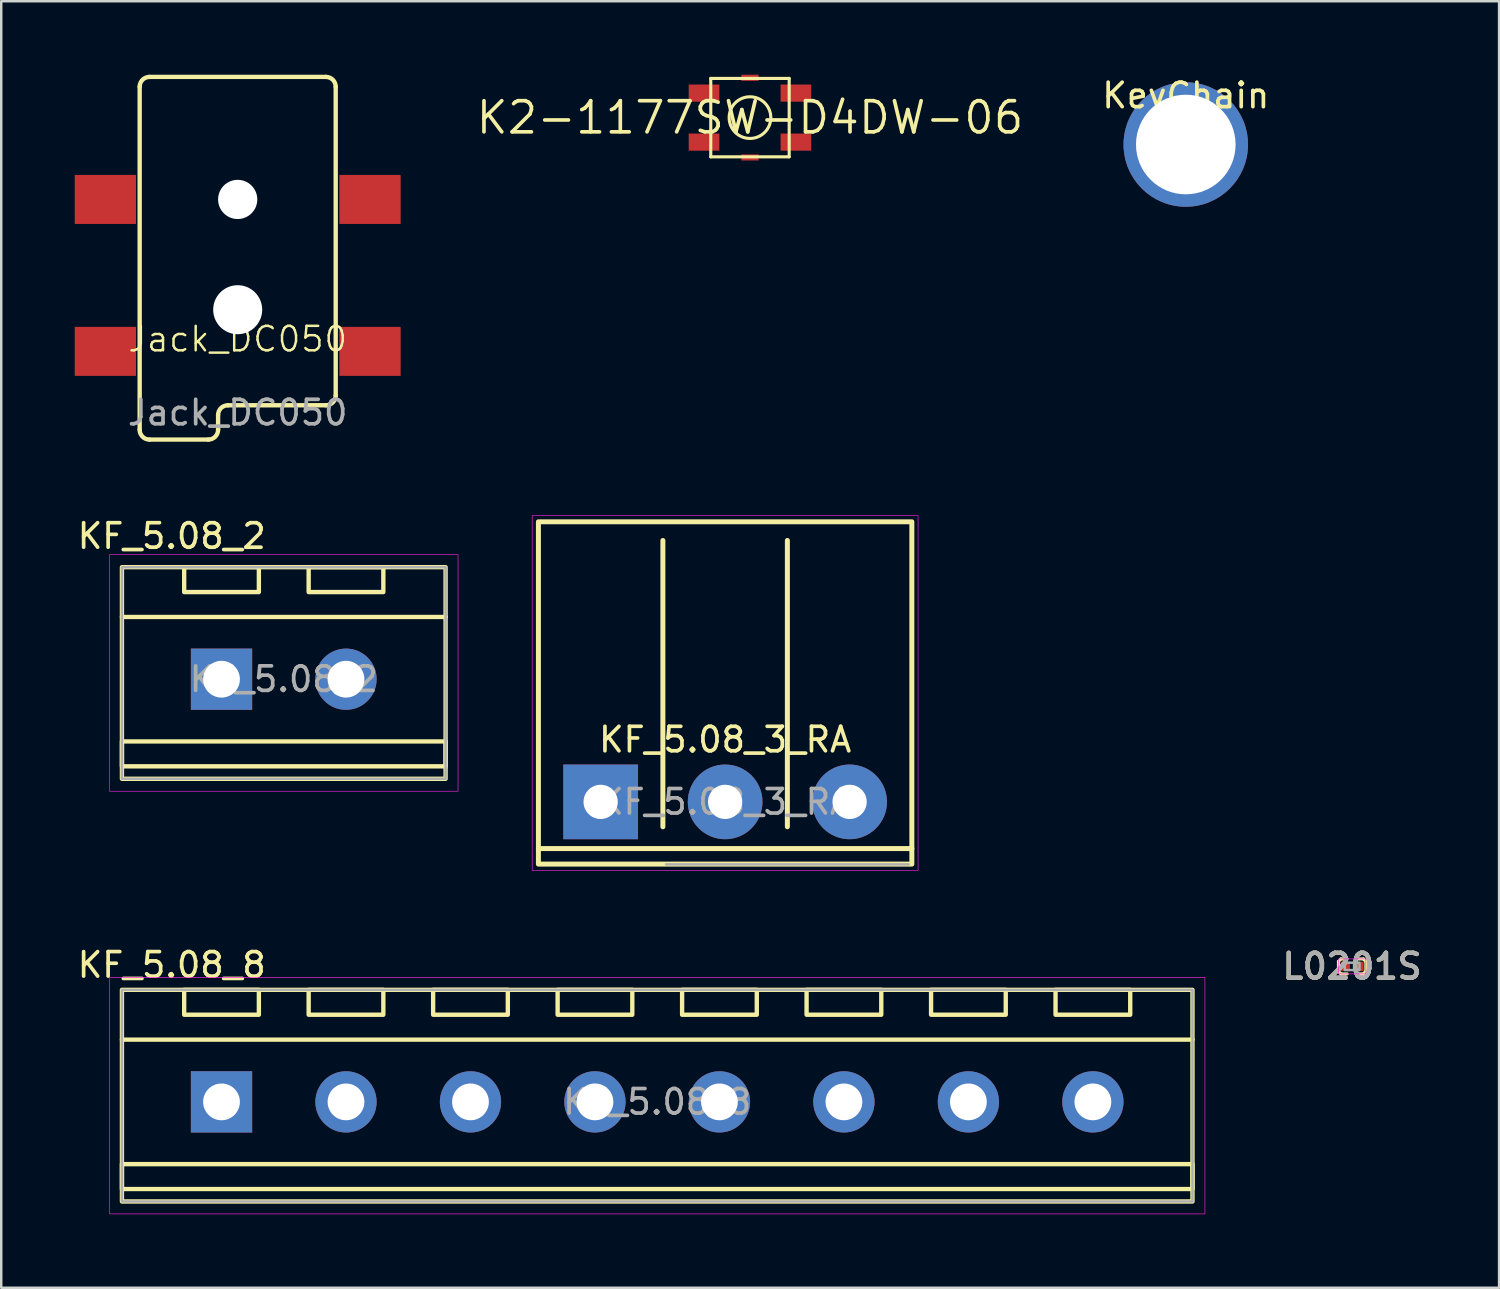
<source format=kicad_pcb>
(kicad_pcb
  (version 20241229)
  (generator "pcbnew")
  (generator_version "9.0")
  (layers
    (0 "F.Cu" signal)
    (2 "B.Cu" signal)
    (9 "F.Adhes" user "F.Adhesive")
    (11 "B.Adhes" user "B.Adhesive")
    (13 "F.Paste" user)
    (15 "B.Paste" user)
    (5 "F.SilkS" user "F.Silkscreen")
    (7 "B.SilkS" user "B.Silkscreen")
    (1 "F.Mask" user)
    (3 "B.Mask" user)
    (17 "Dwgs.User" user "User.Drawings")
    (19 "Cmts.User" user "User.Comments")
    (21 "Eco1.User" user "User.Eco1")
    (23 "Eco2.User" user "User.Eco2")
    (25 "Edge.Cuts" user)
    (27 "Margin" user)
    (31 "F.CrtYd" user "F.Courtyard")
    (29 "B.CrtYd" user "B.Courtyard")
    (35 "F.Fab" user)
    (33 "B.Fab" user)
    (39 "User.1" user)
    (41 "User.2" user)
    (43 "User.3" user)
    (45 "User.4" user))
  (footprint "KF_5.08_3_RA"
    (layer "F.Cu")
    (at 26.542 29.674)
    (property "Reference" "KF_5.08_3_RA" (at 0 -2.54 0) (layer "F.SilkS") (effects (font (size 1 1) (thickness 0.15))))
    (attr through_hole)
    (fp_line (start -7.62 1.905) (end 7.62 1.905) (stroke (width 0.203) (type solid)) (layer "F.SilkS"))
    (fp_line (start -2.54 1.016) (end -2.54 -10.668) (stroke (width 0.203) (type solid)) (layer "F.SilkS"))
    (fp_line (start 2.54 1.016) (end 2.54 -10.668) (stroke (width 0.203) (type solid)) (layer "F.SilkS"))
    (fp_line (start 7.62 2.54) (end -2.54 2.54) (stroke (width 0.12) (type solid)) (layer "F.SilkS"))
    (fp_rect (start -7.62 2.54) (end 7.62 -11.43) (stroke (width 0.203) (type solid)) (fill no) (layer "F.SilkS"))
    (fp_rect (start -7.874 2.794) (end 7.874 -11.684) (stroke (width 0.025) (type solid)) (fill no) (layer "F.CrtYd"))
    (fp_line (start -2.41 2.55) (end 7.49 2.55) (stroke (width 0.1) (type solid)) (layer "F.Fab"))
    (fp_text user "${REFERENCE}" (at 0 0 0) (layer "F.Fab") (effects (font (size 1 1) (thickness 0.15))))
    (pad "1" thru_hole rect (at -5.08 0) (size 3.048 3.048) (drill 1.397) (layers "*.Cu" "*.Mask"))
    (pad "2" thru_hole circle (at 0 0) (size 3.048 3.048) (drill 1.397) (layers "*.Cu" "*.Mask"))
    (pad "3" thru_hole circle (at 5.08 0) (size 3.048 3.048) (drill 1.397) (layers "*.Cu" "*.Mask")))
  (footprint "KeyChain"
    (layer "F.Cu")
    (at 45.341 2.848)
    (property "Reference" "KeyChain" (at 0 -2 0) (layer "F.SilkS") (effects (font (size 1 1) (thickness 0.15))))
    (attr smd)
    (fp_circle (center 0 0) (end 1.27 0) (stroke (width 0.025) (type solid)) (fill no) (layer "F.CrtYd"))
    (fp_text user "${REFERENCE}" (at 0 0 0) (layer "F.Fab") (effects (font (size 0.4 0.4) (thickness 0.06))))
    (pad "" thru_hole circle (at 0 0) (size 5.08 5.08) (drill 4.064) (layers "*.Cu" "*.Mask")))
  (footprint "KF_5.08_2"
    (layer "F.Cu")
    (at 8.53 24.668)
    (property "Reference" "KF_5.08_2" (at -4.572 -5.842 0) (layer "F.SilkS") (effects (font (size 1 1) (thickness 0.15))))
    (attr through_hole)
    (fp_line (start -6.604 -2.54) (end 6.604 -2.54) (stroke (width 0.178) (type solid)) (layer "F.SilkS"))
    (fp_rect (start -6.604 -4.572) (end 6.604 4.064) (stroke (width 0.178) (type solid)) (fill no) (layer "F.SilkS"))
    (fp_rect (start -6.604 2.54) (end 6.604 3.556) (stroke (width 0.178) (type solid)) (fill no) (layer "F.SilkS"))
    (fp_rect (start -4.064 -4.572) (end -1.016 -3.556) (stroke (width 0.178) (type solid)) (fill no) (layer "F.SilkS"))
    (fp_rect (start 1.016 -4.572) (end 4.064 -3.556) (stroke (width 0.178) (type solid)) (fill no) (layer "F.SilkS"))
    (fp_rect (start -7.112 -5.08) (end 7.112 4.572) (stroke (width 0.025) (type solid)) (fill no) (layer "F.CrtYd"))
    (fp_rect (start -6.604 -4.572) (end 6.604 4.064) (stroke (width 0.1) (type solid)) (fill no) (layer "F.Fab"))
    (fp_text user "${REFERENCE}" (at 0 0 0) (layer "F.Fab") (effects (font (size 1 1) (thickness 0.15))))
    (pad "1" thru_hole rect (at -2.54 0) (size 2.5 2.5) (drill 1.5) (layers "*.Cu" "*.Mask"))
    (pad "2" thru_hole oval (at 2.54 0) (size 2.5 2.5) (drill 1.5) (layers "*.Cu" "*.Mask")))
  (footprint "KF_5.08_8"
    (layer "F.Cu")
    (at 23.77 41.917)
    (property "Reference" "KF_5.08_8" (at -19.812 -5.588 0) (layer "F.SilkS") (effects (font (size 1 1) (thickness 0.15))))
    (attr through_hole)
    (fp_line (start -21.844 -2.54) (end 21.844 -2.54) (stroke (width 0.178) (type solid)) (layer "F.SilkS"))
    (fp_rect (start -21.844 -4.572) (end 21.844 4.064) (stroke (width 0.178) (type solid)) (fill no) (layer "F.SilkS"))
    (fp_rect (start -21.844 2.54) (end 21.844 3.556) (stroke (width 0.178) (type solid)) (fill no) (layer "F.SilkS"))
    (fp_rect (start -19.304 -4.572) (end -16.256 -3.556) (stroke (width 0.178) (type solid)) (fill no) (layer "F.SilkS"))
    (fp_rect (start -14.224 -4.572) (end -11.176 -3.556) (stroke (width 0.178) (type solid)) (fill no) (layer "F.SilkS"))
    (fp_rect (start -9.144 -4.572) (end -6.096 -3.556) (stroke (width 0.178) (type solid)) (fill no) (layer "F.SilkS"))
    (fp_rect (start -4.064 -4.572) (end -1.016 -3.556) (stroke (width 0.178) (type solid)) (fill no) (layer "F.SilkS"))
    (fp_rect (start 1.016 -4.572) (end 4.064 -3.556) (stroke (width 0.178) (type solid)) (fill no) (layer "F.SilkS"))
    (fp_rect (start 6.096 -4.572) (end 9.144 -3.556) (stroke (width 0.178) (type solid)) (fill no) (layer "F.SilkS"))
    (fp_rect (start 11.176 -4.572) (end 14.224 -3.556) (stroke (width 0.178) (type solid)) (fill no) (layer "F.SilkS"))
    (fp_rect (start 16.256 -4.572) (end 19.304 -3.556) (stroke (width 0.178) (type solid)) (fill no) (layer "F.SilkS"))
    (fp_rect (start -22.352 -5.08) (end 22.352 4.572) (stroke (width 0.025) (type solid)) (fill no) (layer "F.CrtYd"))
    (fp_rect (start -21.844 -4.572) (end 21.844 4.064) (stroke (width 0.1) (type solid)) (fill no) (layer "F.Fab"))
    (fp_text user "${REFERENCE}" (at 0 0 0) (layer "F.Fab") (effects (font (size 1 1) (thickness 0.15))))
    (pad "1" thru_hole rect (at -17.78 0) (size 2.5 2.5) (drill 1.5) (layers "*.Cu" "*.Mask"))
    (pad "2" thru_hole oval (at -12.7 0) (size 2.5 2.5) (drill 1.5) (layers "*.Cu" "*.Mask"))
    (pad "3" thru_hole oval (at -7.62 0) (size 2.5 2.5) (drill 1.5) (layers "*.Cu" "*.Mask"))
    (pad "4" thru_hole oval (at -2.54 0) (size 2.5 2.5) (drill 1.5) (layers "*.Cu" "*.Mask"))
    (pad "5" thru_hole oval (at 2.54 0) (size 2.5 2.5) (drill 1.5) (layers "*.Cu" "*.Mask"))
    (pad "6" thru_hole oval (at 7.62 0) (size 2.5 2.5) (drill 1.5) (layers "*.Cu" "*.Mask"))
    (pad "7" thru_hole oval (at 12.7 0) (size 2.5 2.5) (drill 1.5) (layers "*.Cu" "*.Mask"))
    (pad "8" thru_hole oval (at 17.78 0) (size 2.5 2.5) (drill 1.5) (layers "*.Cu" "*.Mask")))
  (footprint "L0201S"
    (layer "F.Cu")
    (at 52.13 36.388)
    (property "Reference" "L0201S" (at 0 0 0) (layer "F.SilkS") (effects (font (size 1.016 1.016) (thickness 0.178))))
    (attr smd)
    (fp_line (start -0.559 -0.203) (end -0.559 0.203) (stroke (width 0.127) (type solid)) (layer "F.SilkS"))
    (fp_line (start -0.559 -0.203) (end -0.457 -0.305) (stroke (width 0.127) (type solid)) (layer "F.SilkS"))
    (fp_line (start -0.559 0.203) (end -0.457 0.305) (stroke (width 0.127) (type solid)) (layer "F.SilkS"))
    (fp_line (start -0.457 0.305) (end -0.203 0.305) (stroke (width 0.127) (type solid)) (layer "F.SilkS"))
    (fp_line (start -0.203 -0.305) (end -0.457 -0.305) (stroke (width 0.127) (type solid)) (layer "F.SilkS"))
    (fp_line (start 0.457 -0.305) (end 0.203 -0.305) (stroke (width 0.127) (type solid)) (layer "F.SilkS"))
    (fp_line (start 0.457 0.305) (end 0.203 0.305) (stroke (width 0.127) (type solid)) (layer "F.SilkS"))
    (fp_line (start 0.457 0.305) (end 0.559 0.203) (stroke (width 0.127) (type solid)) (layer "F.SilkS"))
    (fp_line (start 0.559 -0.203) (end 0.457 -0.305) (stroke (width 0.127) (type solid)) (layer "F.SilkS"))
    (fp_line (start 0.559 -0.203) (end 0.559 0.203) (stroke (width 0.127) (type solid)) (layer "F.SilkS"))
    (fp_rect (start -0.559 -0.305) (end 0.559 0.305) (stroke (width 0.025) (type solid)) (fill no) (layer "F.CrtYd"))
    (fp_rect (start -0.3 -0.15) (end 0.3 0.15) (stroke (width 0.1) (type solid)) (fill no) (layer "F.Fab"))
    (fp_text user "${REFERENCE}" (at 0 0 0) (layer "F.Fab") (effects (font (size 1.016 1.016) (thickness 0.178))))
    (pad "1" smd rect (at -0.279 0) (size 0.381 0.381) (layers "F.Cu" "F.Mask" "F.Paste"))
    (pad "2" smd rect (at 0.279 0) (size 0.381 0.381) (layers "F.Cu" "F.Mask" "F.Paste")))
  (footprint "Jack_DC050"
    (layer "F.Cu")
    (at 6.65 11.289)
    (property "Reference" "Jack_DC050" (at 0 -0.5 0) (unlocked yes) (layer "F.SilkS") (effects (font (size 1 1) (thickness 0.1))))
    (attr smd)
    (fp_line (start -4 -10.8) (end -4 3.2) (stroke (width 0.178) (type default)) (layer "F.SilkS"))
    (fp_line (start -3.6 -11.2) (end 3.6 -11.2) (stroke (width 0.178) (type default)) (layer "F.SilkS"))
    (fp_line (start -3.6 3.6) (end -1.2 3.6) (stroke (width 0.178) (type default)) (layer "F.SilkS"))
    (fp_line (start -0.8 3.2) (end -0.8 2.6) (stroke (width 0.178) (type default)) (layer "F.SilkS"))
    (fp_line (start -0.4 2.2) (end 3.6 2.2) (stroke (width 0.178) (type default)) (layer "F.SilkS"))
    (fp_line (start 4 1.8) (end 4 -10.8) (stroke (width 0.178) (type default)) (layer "F.SilkS"))
    (fp_arc (start -4 -10.8) (mid -3.882843 -11.082843) (end -3.6 -11.2) (stroke (width 0.1778) (type default)) (layer "F.SilkS"))
    (fp_arc (start -3.6 3.6) (mid -3.882843 3.482843) (end -4 3.2) (stroke (width 0.1778) (type default)) (layer "F.SilkS"))
    (fp_arc (start -0.8 2.6) (mid -0.682843 2.317157) (end -0.4 2.2) (stroke (width 0.1778) (type default)) (layer "F.SilkS"))
    (fp_arc (start -0.8 3.2) (mid -0.917157 3.482843) (end -1.2 3.6) (stroke (width 0.1778) (type default)) (layer "F.SilkS"))
    (fp_arc (start 3.6 -11.2) (mid 3.882843 -11.082843) (end 4 -10.8) (stroke (width 0.1778) (type default)) (layer "F.SilkS"))
    (fp_arc (start 4 1.8) (mid 3.882843 2.082843) (end 3.6 2.2) (stroke (width 0.1778) (type default)) (layer "F.SilkS"))
    (fp_text user "${REFERENCE}" (at 0 2.5 0) (unlocked yes) (layer "F.Fab") (effects (font (size 1 1) (thickness 0.15))))
    (pad "" np_thru_hole circle (at 0 -6.2) (size 1.6 1.6) (drill 1.6) (layers "*.Cu" "*.Mask"))
    (pad "" np_thru_hole circle (at 0 -1.7) (size 2 2) (drill 2) (layers "*.Cu" "*.Mask"))
    (pad "1" smd rect (at 5.4 -6.2) (size 2.5 2) (layers "F.Cu" "F.Mask" "F.Paste"))
    (pad "1" smd rect (at 5.4 0) (size 2.5 2) (layers "F.Cu" "F.Mask" "F.Paste"))
    (pad "2" smd rect (at -5.4 -6.2) (size 2.5 2) (layers "F.Cu" "F.Mask" "F.Paste"))
    (pad "3" smd rect (at -5.4 0) (size 2.5 2) (layers "F.Cu" "F.Mask" "F.Paste")))
  (footprint "K2-1177SW-D4DW-06"
    (layer "F.Cu")
    (at 27.556 1.75)
    (property "Reference" "K2-1177SW-D4DW-06" (at 0 0 0) (unlocked yes) (layer "F.SilkS") (effects (font (size 1.27 1.27) (thickness 0.15))))
    (fp_line (start -1.6 1.6) (end -1.6 -1.6) (stroke (width 0.127) (type solid)) (layer "F.SilkS"))
    (fp_line (start 1.6 -1.6) (end -1.6 -1.6) (stroke (width 0.127) (type solid)) (layer "F.SilkS"))
    (fp_line (start 1.6 -1.6) (end 1.6 1.6) (stroke (width 0.127) (type solid)) (layer "F.SilkS"))
    (fp_line (start 1.6 1.6) (end -1.6 1.6) (stroke (width 0.127) (type solid)) (layer "F.SilkS"))
    (fp_circle (center 0 0) (end 0.85 0) (stroke (width 0.127) (type solid)) (fill no) (layer "F.SilkS"))
    (pad "1" smd rect (at -1.875 -1) (size 1.25 0.7) (layers "F.Cu" "F.Mask" "F.Paste"))
    (pad "2" smd rect (at -1.875 1) (size 1.25 0.7) (layers "F.Cu" "F.Mask" "F.Paste"))
    (pad "3" smd rect (at 1.875 -1) (size 1.25 0.7) (layers "F.Cu" "F.Mask" "F.Paste"))
    (pad "4" smd rect (at 1.875 1) (size 1.25 0.7) (layers "F.Cu" "F.Mask" "F.Paste"))
    (pad "M1" smd rect (at 0 -1.625) (size 0.7 0.25) (layers "F.Cu" "F.Mask" "F.Paste"))
    (pad "M2" smd rect (at 0 1.625) (size 0.7 0.25) (layers "F.Cu" "F.Mask" "F.Paste")))
  (gr_rect
    (start -3 -3)
    (end 58.126 49.502)
    (stroke (width 0.1) (type default))
    (fill no)
    (layer "Edge.Cuts")))
</source>
